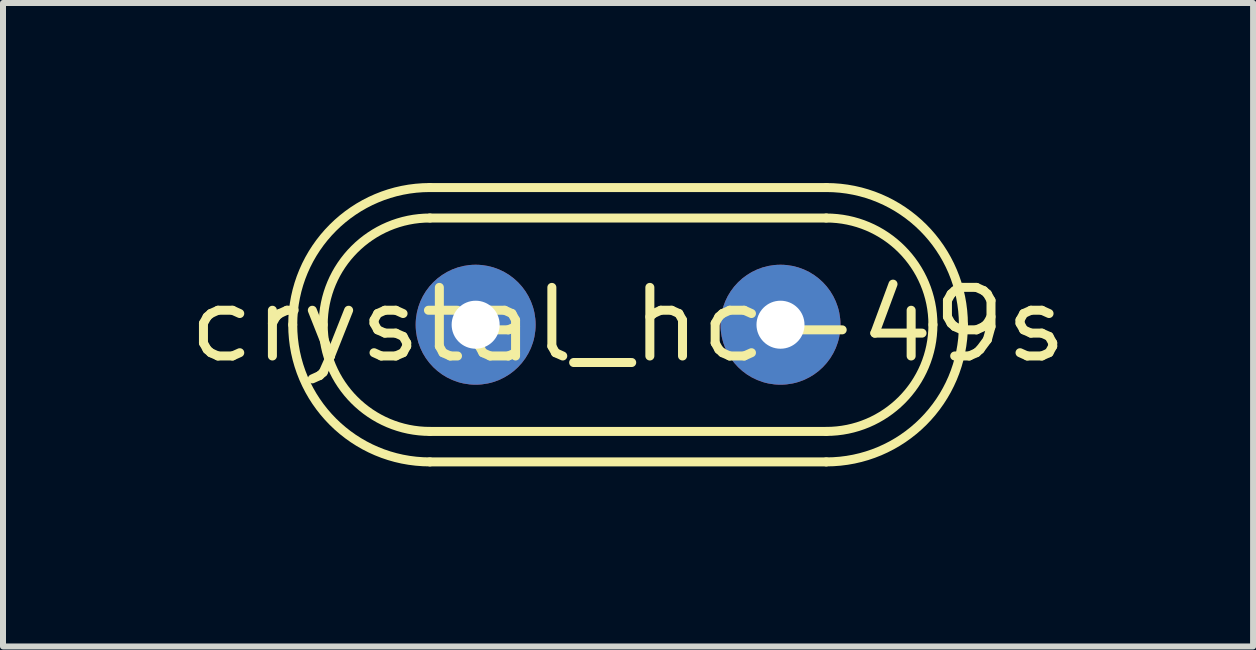
<source format=kicad_pcb>
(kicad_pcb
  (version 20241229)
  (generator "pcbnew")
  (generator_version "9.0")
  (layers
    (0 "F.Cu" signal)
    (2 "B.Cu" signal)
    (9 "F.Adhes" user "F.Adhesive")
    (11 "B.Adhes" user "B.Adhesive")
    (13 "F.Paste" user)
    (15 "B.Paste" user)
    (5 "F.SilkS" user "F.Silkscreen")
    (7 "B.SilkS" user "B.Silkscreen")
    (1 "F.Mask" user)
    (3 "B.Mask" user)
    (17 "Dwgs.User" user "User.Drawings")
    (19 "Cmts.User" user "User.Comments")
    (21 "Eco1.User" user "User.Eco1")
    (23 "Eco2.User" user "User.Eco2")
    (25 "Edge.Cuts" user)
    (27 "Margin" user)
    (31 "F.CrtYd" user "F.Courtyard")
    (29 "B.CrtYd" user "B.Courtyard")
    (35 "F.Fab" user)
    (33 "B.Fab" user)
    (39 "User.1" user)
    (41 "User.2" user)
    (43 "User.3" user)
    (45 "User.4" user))
  (footprint "crystal_hc-49s"
    (layer "F.Cu")
    (at 7.416 2.361)
    (property "Reference" "crystal_hc-49s" (at 0 0 0) (layer "F.SilkS") (effects (font (size 1.143 1.27) (thickness 0.15))))
    (attr through_hole)
    (fp_line (start -3.302 -2.286) (end 3.302 -2.286) (stroke (width 0.15) (type solid)) (layer "F.SilkS"))
    (fp_line (start -3.302 1.778) (end 3.302 1.778) (stroke (width 0.15) (type solid)) (layer "F.SilkS"))
    (fp_line (start 3.302 -1.778) (end -3.302 -1.778) (stroke (width 0.15) (type solid)) (layer "F.SilkS"))
    (fp_line (start 3.302 2.286) (end -3.302 2.286) (stroke (width 0.15) (type solid)) (layer "F.SilkS"))
    (fp_arc (start -5.588 0) (mid -4.918446 -1.616446) (end -3.302 -2.286) (stroke (width 0.15) (type solid)) (layer "F.SilkS"))
    (fp_arc (start -5.08 0) (mid -4.559236 -1.257236) (end -3.302 -1.778) (stroke (width 0.15) (type solid)) (layer "F.SilkS"))
    (fp_arc (start -3.302 1.778) (mid -4.559236 1.257236) (end -5.08 0) (stroke (width 0.15) (type solid)) (layer "F.SilkS"))
    (fp_arc (start -3.302 2.286) (mid -4.918446 1.616446) (end -5.588 0) (stroke (width 0.15) (type solid)) (layer "F.SilkS"))
    (fp_arc (start 3.302 -2.286) (mid 4.918446 -1.616446) (end 5.588 0) (stroke (width 0.15) (type solid)) (layer "F.SilkS"))
    (fp_arc (start 3.302 -1.778) (mid 4.559236 -1.257236) (end 5.08 0) (stroke (width 0.15) (type solid)) (layer "F.SilkS"))
    (fp_arc (start 5.08 0) (mid 4.559236 1.257236) (end 3.302 1.778) (stroke (width 0.15) (type solid)) (layer "F.SilkS"))
    (fp_arc (start 5.588 0) (mid 4.918446 1.616446) (end 3.302 2.286) (stroke (width 0.15) (type solid)) (layer "F.SilkS"))
    (pad "1" thru_hole circle (at -2.54 0) (size 1.999 1.999) (drill 0.8) (layers "*.Cu" "*.Mask"))
    (pad "2" thru_hole circle (at 2.54 0) (size 1.999 1.999) (drill 0.8) (layers "*.Cu" "*.Mask")))
  (gr_rect
    (start -3 -3)
    (end 17.831 7.722)
    (stroke (width 0.1) (type default))
    (fill no)
    (layer "Edge.Cuts")))
</source>
